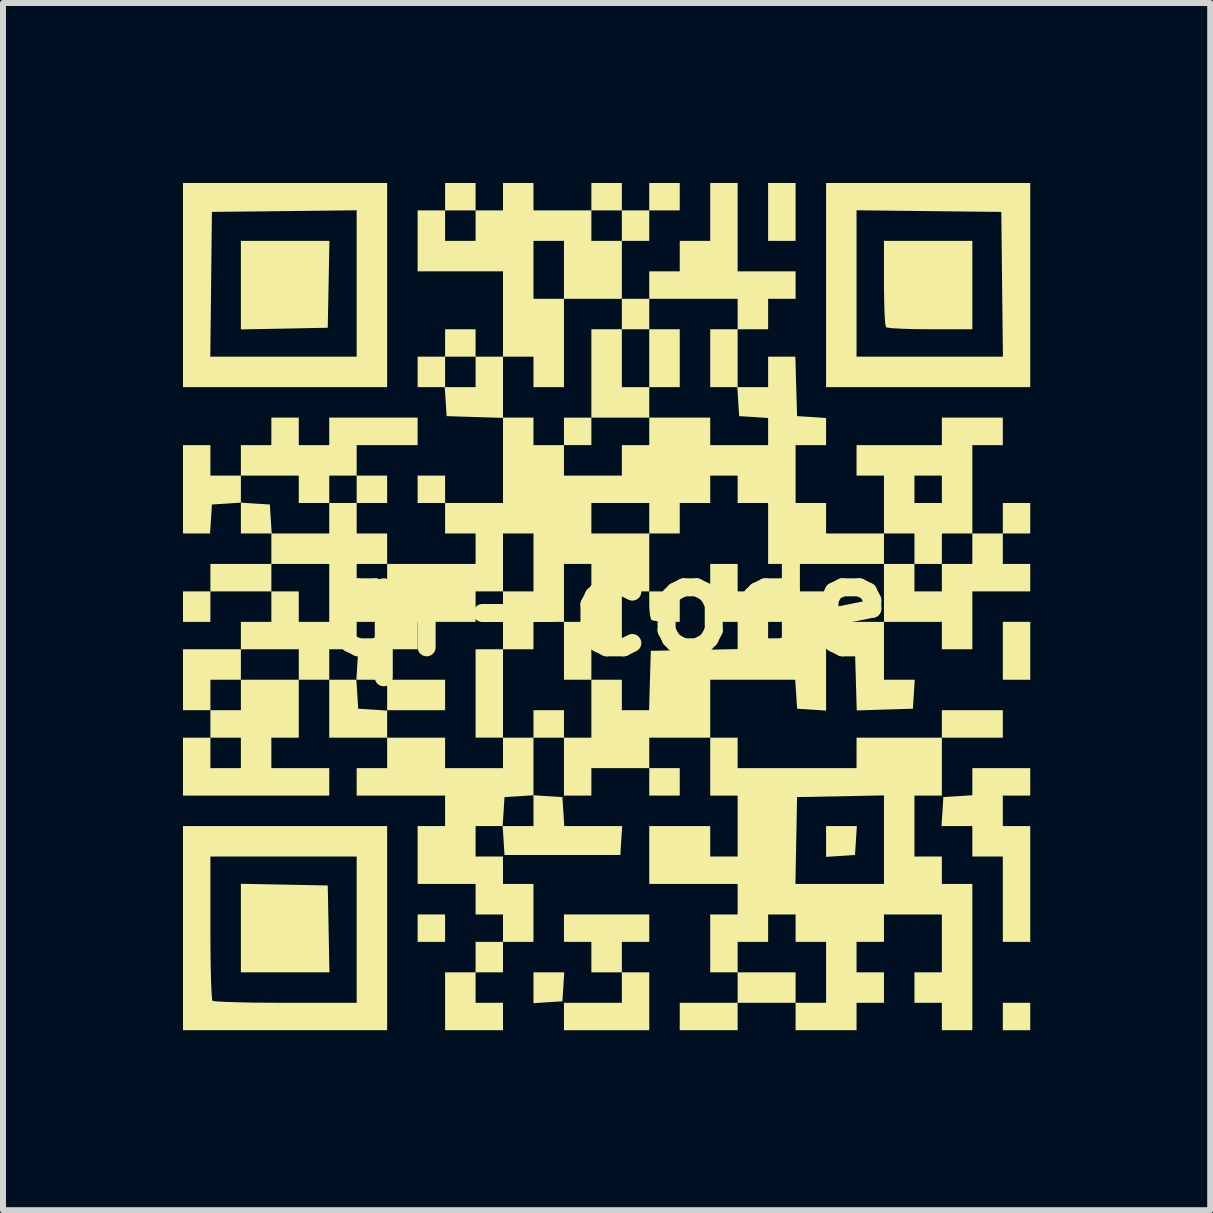
<source format=kicad_pcb>
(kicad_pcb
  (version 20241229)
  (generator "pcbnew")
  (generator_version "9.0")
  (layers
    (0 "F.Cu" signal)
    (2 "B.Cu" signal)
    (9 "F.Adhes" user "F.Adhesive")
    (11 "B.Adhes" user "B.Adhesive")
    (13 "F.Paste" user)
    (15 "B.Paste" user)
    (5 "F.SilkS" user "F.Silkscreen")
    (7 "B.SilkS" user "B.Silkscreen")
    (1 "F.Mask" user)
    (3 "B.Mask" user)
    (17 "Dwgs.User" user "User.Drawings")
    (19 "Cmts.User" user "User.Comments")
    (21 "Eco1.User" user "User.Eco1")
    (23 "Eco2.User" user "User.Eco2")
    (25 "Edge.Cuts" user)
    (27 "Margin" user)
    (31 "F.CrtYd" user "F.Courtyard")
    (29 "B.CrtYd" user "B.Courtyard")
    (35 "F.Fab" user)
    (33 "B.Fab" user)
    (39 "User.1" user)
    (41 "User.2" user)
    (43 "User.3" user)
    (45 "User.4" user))
  (footprint "qr-code"
    (layer "F.Cu")
    (at 7.061 7.061)
    (property "Reference" "qr-code" (at 0 0 0) (layer "F.SilkS") (effects (font (size 1.5 1.5) (thickness 0.3))))
    (attr board_only exclude_from_pos_files exclude_from_bom)
    (fp_poly (pts (xy -5.372 4.634) (xy -4.648 4.648) (xy -4.634 5.372) (xy -4.62 6.096) (xy -5.358 6.096) (xy -6.096 6.096) (xy -6.096 5.358) (xy -6.096 4.62)) (stroke (width 0) (type solid)) (fill yes) (layer "F.SilkS"))
    (fp_poly (pts (xy -4.634 -5.372) (xy -4.648 -4.648) (xy -5.372 -4.634) (xy -6.096 -4.62) (xy -6.096 -5.358) (xy -6.096 -6.096) (xy -5.358 -6.096) (xy -4.62 -6.096)) (stroke (width 0) (type solid)) (fill yes) (layer "F.SilkS"))
    (fp_poly (pts (xy -3.658 0.962) (xy -3.658 1.219) (xy -3.914 1.219) (xy -4.171 1.219) (xy -4.156 0.978) (xy -4.14 0.737) (xy -3.899 0.721) (xy -3.658 0.706)) (stroke (width 0) (type solid)) (fill yes) (layer "F.SilkS"))
    (fp_poly (pts (xy -2.692 1.473) (xy -2.692 1.727) (xy -3.175 1.727) (xy -3.658 1.727) (xy -3.658 1.473) (xy -3.658 1.219) (xy -3.175 1.219) (xy -2.692 1.219)) (stroke (width 0) (type solid)) (fill yes) (layer "F.SilkS"))
    (fp_poly (pts (xy -2.692 5.359) (xy -2.692 5.588) (xy -2.921 5.588) (xy -3.15 5.588) (xy -3.15 5.359) (xy -3.15 5.131) (xy -2.921 5.131) (xy -2.692 5.131)) (stroke (width 0) (type solid)) (fill yes) (layer "F.SilkS"))
    (fp_poly (pts (xy -1.727 1.448) (xy -1.727 2.184) (xy -1.956 2.184) (xy -2.184 2.184) (xy -2.184 1.448) (xy -2.184 0.711) (xy -1.956 0.711) (xy -1.727 0.711)) (stroke (width 0) (type solid)) (fill yes) (layer "F.SilkS"))
    (fp_poly (pts (xy -0.721 6.337) (xy -0.737 6.579) (xy -0.978 6.594) (xy -1.219 6.61) (xy -1.219 6.353) (xy -1.219 6.096) (xy -0.962 6.096) (xy -0.706 6.096)) (stroke (width 0) (type solid)) (fill yes) (layer "F.SilkS"))
    (fp_poly (pts (xy 1.219 2.921) (xy 1.219 3.15) (xy 0.965 3.15) (xy 0.711 3.15) (xy 0.711 2.921) (xy 0.711 2.692) (xy 0.965 2.692) (xy 1.219 2.692)) (stroke (width 0) (type solid)) (fill yes) (layer "F.SilkS"))
    (fp_poly (pts (xy 3.15 -6.579) (xy 3.15 -6.096) (xy 2.921 -6.096) (xy 2.692 -6.096) (xy 2.692 -6.579) (xy 2.692 -7.061) (xy 2.921 -7.061) (xy 3.15 -7.061)) (stroke (width 0) (type solid)) (fill yes) (layer "F.SilkS"))
    (fp_poly (pts (xy 4.156 3.899) (xy 4.14 4.14) (xy 3.899 4.156) (xy 3.658 4.171) (xy 3.658 3.914) (xy 3.658 3.658) (xy 3.914 3.658) (xy 4.171 3.658)) (stroke (width 0) (type solid)) (fill yes) (layer "F.SilkS"))
    (fp_poly (pts (xy 7.061 0.737) (xy 7.061 1.219) (xy 6.833 1.219) (xy 6.604 1.219) (xy 6.604 0.737) (xy 6.604 0.254) (xy 6.833 0.254) (xy 7.061 0.254)) (stroke (width 0) (type solid)) (fill yes) (layer "F.SilkS"))
    (fp_poly (pts (xy 7.061 6.833) (xy 7.061 7.061) (xy 6.833 7.061) (xy 6.604 7.061) (xy 6.604 6.833) (xy 6.604 6.604) (xy 6.833 6.604) (xy 7.061 6.604)) (stroke (width 0) (type solid)) (fill yes) (layer "F.SilkS"))
    (fp_poly (pts (xy -4.156 1.46) (xy -4.14 1.702) (xy -3.899 1.717) (xy -3.658 1.733) (xy -3.658 1.959) (xy -3.658 2.184) (xy -4.14 2.184) (xy -4.623 2.184) (xy -4.623 1.702) (xy -4.623 1.219) (xy -4.397 1.219) (xy -4.171 1.219)) (stroke (width 0) (type solid)) (fill yes) (layer "F.SilkS"))
    (fp_poly (pts (xy 0.711 6.579) (xy 0.711 7.061) (xy 0 7.061) (xy -0.711 7.061) (xy -0.711 6.833) (xy -0.711 6.604) (xy -0.229 6.604) (xy 0.254 6.604) (xy 0.254 6.35) (xy 0.254 6.096) (xy 0.483 6.096) (xy 0.711 6.096)) (stroke (width 0) (type solid)) (fill yes) (layer "F.SilkS"))
    (fp_poly (pts (xy 1.219 0) (xy 1.219 0.254) (xy 0.999 0.254) (xy 0.857 0.247) (xy 0.761 0.229) (xy 0.745 0.22) (xy 0.724 0.152) (xy 0.712 0.023) (xy 0.711 -0.034) (xy 0.711 -0.254) (xy 0.965 -0.254) (xy 1.219 -0.254)) (stroke (width 0) (type solid)) (fill yes) (layer "F.SilkS"))
    (fp_poly (pts (xy 0.711 5.359) (xy 0.711 5.588) (xy 0.483 5.588) (xy 0.254 5.588) (xy 0.254 5.842) (xy 0.254 6.096) (xy 0 6.096) (xy -0.254 6.096) (xy -0.254 5.842) (xy -0.254 5.588) (xy -0.483 5.588) (xy -0.711 5.588) (xy -0.711 5.359) (xy -0.711 5.131) (xy 0 5.131) (xy 0.711 5.131)) (stroke (width 0) (type solid)) (fill yes) (layer "F.SilkS"))
    (fp_poly (pts (xy 6.096 -5.359) (xy 6.096 -4.623) (xy 5.393 -4.623) (xy 5.136 -4.625) (xy 4.915 -4.632) (xy 4.752 -4.641) (xy 4.665 -4.653) (xy 4.657 -4.657) (xy 4.644 -4.717) (xy 4.634 -4.86) (xy 4.627 -5.065) (xy 4.623 -5.314) (xy 4.623 -5.393) (xy 4.623 -6.096) (xy 5.359 -6.096) (xy 6.096 -6.096)) (stroke (width 0) (type solid)) (fill yes) (layer "F.SilkS"))
    (fp_poly (pts (xy -3.658 -5.359) (xy -3.658 -3.658) (xy -5.359 -3.658) (xy -7.061 -3.658) (xy -7.061 -4.166) (xy -6.606 -4.166) (xy -5.386 -4.166) (xy -4.166 -4.166) (xy -4.166 -5.386) (xy -4.166 -6.606) (xy -5.372 -6.592) (xy -6.579 -6.579) (xy -6.592 -5.372) (xy -6.606 -4.166) (xy -7.061 -4.166) (xy -7.061 -5.359) (xy -7.061 -7.061) (xy -5.359 -7.061) (xy -3.658 -7.061)) (stroke (width 0) (type solid)) (fill yes) (layer "F.SilkS"))
    (fp_poly (pts (xy 7.061 -5.359) (xy 7.061 -3.658) (xy 5.359 -3.658) (xy 3.658 -3.658) (xy 3.658 -5.359) (xy 3.658 -5.386) (xy 4.166 -5.386) (xy 4.166 -4.166) (xy 5.386 -4.166) (xy 6.606 -4.166) (xy 6.592 -5.372) (xy 6.579 -6.579) (xy 5.372 -6.592) (xy 4.166 -6.606) (xy 4.166 -5.386) (xy 3.658 -5.386) (xy 3.658 -7.061) (xy 5.359 -7.061) (xy 7.061 -7.061)) (stroke (width 0) (type solid)) (fill yes) (layer "F.SilkS"))
    (fp_poly (pts (xy 0.254 -4.14) (xy 0.254 -3.658) (xy 0.483 -3.658) (xy 0.711 -3.658) (xy 0.711 -4.14) (xy 0.711 -4.623) (xy 0.965 -4.623) (xy 1.219 -4.623) (xy 1.219 -4.14) (xy 1.219 -3.658) (xy 0.965 -3.658) (xy 0.711 -3.658) (xy 0.711 -3.404) (xy 0.711 -3.15) (xy 0.229 -3.15) (xy -0.254 -3.15) (xy -0.254 -2.921) (xy -0.254 -2.692) (xy -0.483 -2.692) (xy -0.711 -2.692) (xy -0.711 -2.921) (xy -0.711 -3.15) (xy -0.483 -3.15) (xy -0.254 -3.15) (xy -0.254 -3.886) (xy -0.254 -4.623) (xy 0 -4.623) (xy 0.254 -4.623)) (stroke (width 0) (type solid)) (fill yes) (layer "F.SilkS"))
    (fp_poly (pts (xy 7.061 2.921) (xy 7.061 3.15) (xy 6.833 3.15) (xy 6.604 3.15) (xy 6.604 3.404) (xy 6.604 3.658) (xy 6.833 3.658) (xy 7.061 3.658) (xy 7.061 4.623) (xy 7.061 5.588) (xy 6.833 5.588) (xy 6.604 5.588) (xy 6.604 4.877) (xy 6.604 4.166) (xy 6.35 4.166) (xy 6.096 4.166) (xy 6.096 3.912) (xy 6.096 3.658) (xy 5.839 3.658) (xy 5.582 3.658) (xy 5.598 3.416) (xy 5.613 3.175) (xy 5.855 3.16) (xy 6.096 3.144) (xy 6.096 2.918) (xy 6.096 2.692) (xy 6.579 2.692) (xy 7.061 2.692)) (stroke (width 0) (type solid)) (fill yes) (layer "F.SilkS"))
    (fp_poly (pts (xy -3.658 5.359) (xy -3.658 7.061) (xy -5.359 7.061) (xy -7.061 7.061) (xy -7.061 5.359) (xy -7.061 5.351) (xy -6.604 5.351) (xy -6.603 5.688) (xy -6.599 5.991) (xy -6.593 6.245) (xy -6.585 6.435) (xy -6.576 6.547) (xy -6.57 6.57) (xy -6.512 6.58) (xy -6.366 6.588) (xy -6.149 6.595) (xy -5.873 6.601) (xy -5.555 6.603) (xy -5.351 6.604) (xy -4.166 6.604) (xy -4.166 5.385) (xy -4.166 4.166) (xy -5.385 4.166) (xy -6.604 4.166) (xy -6.604 5.351) (xy -7.061 5.351) (xy -7.061 3.658) (xy -5.359 3.658) (xy -3.658 3.658)) (stroke (width 0) (type solid)) (fill yes) (layer "F.SilkS"))
    (fp_poly (pts (xy 6.604 1.956) (xy 6.604 2.184) (xy 6.096 2.184) (xy 5.588 2.184) (xy 5.588 2.667) (xy 5.588 3.15) (xy 5.359 3.15) (xy 5.131 3.15) (xy 5.131 3.658) (xy 5.131 4.166) (xy 5.359 4.166) (xy 5.588 4.166) (xy 5.588 4.394) (xy 5.588 4.623) (xy 5.842 4.623) (xy 6.096 4.623) (xy 6.096 5.842) (xy 6.096 7.061) (xy 5.842 7.061) (xy 5.588 7.061) (xy 5.588 6.833) (xy 5.588 6.604) (xy 5.359 6.604) (xy 5.131 6.604) (xy 5.131 6.35) (xy 5.131 6.096) (xy 5.359 6.096) (xy 5.588 6.096) (xy 5.588 5.613) (xy 5.588 5.131) (xy 5.105 5.131) (xy 4.623 5.131) (xy 4.623 5.359) (xy 4.623 5.588) (xy 4.394 5.588) (xy 4.166 5.588) (xy 4.166 5.842) (xy 4.166 6.096) (xy 4.394 6.096) (xy 4.623 6.096) (xy 4.623 6.35) (xy 4.623 6.604) (xy 4.394 6.604) (xy 4.166 6.604) (xy 4.166 6.833) (xy 4.166 7.061) (xy 3.658 7.061) (xy 3.15 7.061) (xy 3.15 6.833) (xy 3.15 6.604) (xy 2.667 6.604) (xy 2.184 6.604) (xy 2.184 6.833) (xy 2.184 7.061) (xy 1.702 7.061) (xy 1.219 7.061) (xy 1.219 6.833) (xy 1.219 6.604) (xy 1.702 6.604) (xy 2.184 6.604) (xy 2.184 6.35) (xy 2.184 6.096) (xy 2.667 6.096) (xy 3.15 6.096) (xy 3.15 6.35) (xy 3.15 6.604) (xy 3.404 6.604) (xy 3.658 6.604) (xy 3.658 6.096) (xy 3.658 5.588) (xy 3.404 5.588) (xy 3.15 5.588) (xy 3.15 5.359) (xy 3.15 5.131) (xy 2.921 5.131) (xy 2.692 5.131) (xy 2.692 5.359) (xy 2.692 5.588) (xy 2.438 5.588) (xy 2.184 5.588) (xy 2.184 5.842) (xy 2.184 6.096) (xy 1.956 6.096) (xy 1.727 6.096) (xy 1.727 5.613) (xy 1.727 5.131) (xy 1.956 5.131) (xy 2.184 5.131) (xy 2.184 4.877) (xy 2.184 4.623) (xy 3.147 4.623) (xy 3.885 4.623) (xy 4.623 4.623) (xy 4.623 3.885) (xy 4.623 3.147) (xy 3.899 3.161) (xy 3.175 3.175) (xy 3.161 3.899) (xy 3.147 4.623) (xy 2.184 4.623) (xy 1.448 4.623) (xy 0.711 4.623) (xy 0.711 4.14) (xy 0.711 3.658) (xy 1.219 3.658) (xy 1.727 3.658) (xy 1.727 3.912) (xy 1.727 4.166) (xy 1.956 4.166) (xy 2.184 4.166) (xy 2.184 3.658) (xy 2.184 3.15) (xy 1.956 3.15) (xy 1.727 3.15) (xy 1.727 2.667) (xy 1.727 2.184) (xy 1.956 2.184) (xy 2.184 2.184) (xy 2.184 2.438) (xy 2.184 2.692) (xy 3.175 2.692) (xy 4.166 2.692) (xy 4.166 2.438) (xy 4.166 2.184) (xy 4.877 2.184) (xy 5.588 2.184) (xy 5.588 1.956) (xy 5.588 1.727) (xy 6.096 1.727) (xy 6.604 1.727)) (stroke (width 0) (type solid)) (fill yes) (layer "F.SilkS"))
    (fp_poly (pts (xy -2.184 -6.833) (xy -2.184 -6.604) (xy -1.956 -6.604) (xy -1.727 -6.604) (xy -1.727 -6.833) (xy -1.727 -7.061) (xy -1.473 -7.061) (xy -1.219 -7.061) (xy -1.219 -6.833) (xy -1.219 -6.604) (xy -0.737 -6.604) (xy -0.254 -6.604) (xy -0.254 -6.833) (xy -0.254 -7.061) (xy 0 -7.061) (xy 0.254 -7.061) (xy 0.254 -6.833) (xy 0.254 -6.604) (xy 0.483 -6.604) (xy 0.711 -6.604) (xy 0.711 -6.833) (xy 0.711 -7.061) (xy 0.965 -7.061) (xy 1.219 -7.061) (xy 1.219 -6.833) (xy 1.219 -6.604) (xy 0.965 -6.604) (xy 0.711 -6.604) (xy 0.711 -6.35) (xy 0.711 -6.096) (xy 0.483 -6.096) (xy 0.254 -6.096) (xy 0.254 -5.613) (xy 0.254 -5.131) (xy 0.483 -5.131) (xy 0.711 -5.131) (xy 0.711 -5.359) (xy 0.711 -5.588) (xy 0.965 -5.588) (xy 1.219 -5.588) (xy 1.219 -5.842) (xy 1.219 -6.096) (xy 1.473 -6.096) (xy 1.727 -6.096) (xy 1.727 -6.579) (xy 1.727 -7.061) (xy 1.956 -7.061) (xy 2.184 -7.061) (xy 2.184 -6.325) (xy 2.184 -5.588) (xy 2.667 -5.588) (xy 3.15 -5.588) (xy 3.15 -5.359) (xy 3.15 -5.131) (xy 2.921 -5.131) (xy 2.692 -5.131) (xy 2.692 -4.877) (xy 2.692 -4.623) (xy 2.438 -4.623) (xy 2.184 -4.623) (xy 2.184 -4.14) (xy 2.184 -3.658) (xy 2.438 -3.658) (xy 2.692 -3.658) (xy 2.692 -3.912) (xy 2.692 -4.166) (xy 2.919 -4.166) (xy 3.146 -4.166) (xy 3.16 -3.67) (xy 3.175 -3.175) (xy 3.416 -3.16) (xy 3.658 -3.144) (xy 3.658 -2.918) (xy 3.658 -2.692) (xy 3.404 -2.692) (xy 3.15 -2.692) (xy 3.15 -2.21) (xy 3.15 -1.727) (xy 3.404 -1.727) (xy 3.658 -1.727) (xy 3.658 -1.473) (xy 3.658 -1.219) (xy 4.14 -1.219) (xy 4.623 -1.219) (xy 4.623 -1.702) (xy 4.623 -1.956) (xy 5.131 -1.956) (xy 5.131 -1.727) (xy 5.359 -1.727) (xy 5.588 -1.727) (xy 5.588 -1.956) (xy 5.588 -2.184) (xy 5.359 -2.184) (xy 5.131 -2.184) (xy 5.131 -1.956) (xy 4.623 -1.956) (xy 4.623 -2.184) (xy 4.394 -2.184) (xy 4.166 -2.184) (xy 4.166 -2.438) (xy 4.166 -2.692) (xy 4.877 -2.692) (xy 5.588 -2.692) (xy 5.588 -2.921) (xy 5.588 -3.15) (xy 6.096 -3.15) (xy 6.604 -3.15) (xy 6.604 -2.921) (xy 6.604 -2.692) (xy 6.35 -2.692) (xy 6.096 -2.692) (xy 6.096 -1.956) (xy 6.096 -1.219) (xy 6.35 -1.219) (xy 6.604 -1.219) (xy 6.604 -1.473) (xy 6.604 -1.727) (xy 6.833 -1.727) (xy 7.061 -1.727) (xy 7.061 -1.473) (xy 7.061 -1.219) (xy 6.833 -1.219) (xy 6.604 -1.219) (xy 6.604 -0.965) (xy 6.604 -0.711) (xy 6.833 -0.711) (xy 7.061 -0.711) (xy 7.061 -0.483) (xy 7.061 -0.254) (xy 6.579 -0.254) (xy 6.096 -0.254) (xy 6.096 0.229) (xy 6.096 0.711) (xy 5.842 0.711) (xy 5.588 0.711) (xy 5.588 0.483) (xy 5.588 0.254) (xy 5.105 0.254) (xy 4.623 0.254) (xy 4.623 0.737) (xy 4.623 1.219) (xy 4.88 1.219) (xy 5.136 1.219) (xy 5.121 1.46) (xy 5.105 1.702) (xy 4.637 1.716) (xy 4.169 1.731) (xy 4.155 1.234) (xy 4.14 0.737) (xy 3.899 0.721) (xy 3.658 0.706) (xy 3.658 1.219) (xy 3.658 1.733) (xy 3.416 1.717) (xy 3.175 1.702) (xy 3.16 1.46) (xy 3.144 1.219) (xy 2.436 1.219) (xy 1.727 1.219) (xy 1.727 1.702) (xy 1.727 2.184) (xy 1.219 2.184) (xy 0.711 2.184) (xy 0.711 2.438) (xy 0.711 2.692) (xy 0.229 2.692) (xy -0.254 2.692) (xy -0.254 2.921) (xy -0.254 3.15) (xy -0.483 3.15) (xy -0.711 3.15) (xy -0.711 2.667) (xy -0.711 2.184) (xy -0.965 2.184) (xy -1.219 2.184) (xy -1.219 2.664) (xy -1.219 3.144) (xy -0.978 3.16) (xy -0.737 3.175) (xy -0.721 3.416) (xy -0.706 3.658) (xy -0.223 3.658) (xy 0.26 3.658) (xy 0.244 3.899) (xy 0.229 4.14) (xy -0.737 4.14) (xy -1.702 4.14) (xy -1.717 3.899) (xy -1.733 3.658) (xy -1.476 3.658) (xy -1.219 3.658) (xy -1.219 3.401) (xy -1.219 3.144) (xy -1.46 3.16) (xy -1.702 3.175) (xy -1.717 3.416) (xy -1.733 3.658) (xy -1.959 3.658) (xy -2.184 3.658) (xy -2.184 3.912) (xy -2.184 4.166) (xy -1.956 4.166) (xy -1.727 4.166) (xy -1.727 4.394) (xy -1.727 4.623) (xy -1.473 4.623) (xy -1.219 4.623) (xy -1.219 5.105) (xy -1.219 5.588) (xy -1.473 5.588) (xy -1.727 5.588) (xy -1.727 5.842) (xy -1.727 6.096) (xy -1.956 6.096) (xy -2.184 6.096) (xy -2.184 6.35) (xy -2.184 6.604) (xy -1.956 6.604) (xy -1.727 6.604) (xy -1.727 6.833) (xy -1.727 7.061) (xy -2.21 7.061) (xy -2.692 7.061) (xy -2.692 6.579) (xy -2.692 6.096) (xy -2.438 6.096) (xy -2.184 6.096) (xy -2.184 5.842) (xy -2.184 5.588) (xy -1.956 5.588) (xy -1.727 5.588) (xy -1.727 5.359) (xy -1.727 5.131) (xy -1.956 5.131) (xy -2.184 5.131) (xy -2.184 4.877) (xy -2.184 4.623) (xy -2.667 4.623) (xy -3.15 4.623) (xy -3.15 4.14) (xy -3.15 3.658) (xy -2.921 3.658) (xy -2.692 3.658) (xy -2.692 3.404) (xy -2.692 3.15) (xy -3.429 3.15) (xy -4.166 3.15) (xy -4.166 2.921) (xy -4.166 2.692) (xy -3.912 2.692) (xy -3.658 2.692) (xy -3.658 2.438) (xy -3.658 2.184) (xy -3.175 2.184) (xy -2.692 2.184) (xy -2.692 2.438) (xy -2.692 2.692) (xy -2.21 2.692) (xy -1.727 2.692) (xy -1.727 2.438) (xy -1.727 2.184) (xy -1.473 2.184) (xy -1.219 2.184) (xy -1.219 1.956) (xy -1.219 1.727) (xy -0.965 1.727) (xy -0.711 1.727) (xy -0.711 1.956) (xy -0.711 2.184) (xy -0.483 2.184) (xy -0.254 2.184) (xy -0.254 1.702) (xy -0.254 1.219) (xy 0 1.219) (xy 0.254 1.219) (xy 0.254 1.473) (xy 0.254 1.727) (xy 0.481 1.727) (xy 0.708 1.727) (xy 0.722 1.232) (xy 0.737 0.737) (xy 1.46 0.723) (xy 2.184 0.708) (xy 2.184 0.483) (xy 2.692 0.483) (xy 2.692 0.711) (xy 2.921 0.711) (xy 3.15 0.711) (xy 3.15 0.483) (xy 3.15 0.254) (xy 2.921 0.254) (xy 2.692 0.254) (xy 2.692 0.483) (xy 2.184 0.483) (xy 2.184 0.481) (xy 2.184 0.254) (xy 1.956 0.254) (xy 1.727 0.254) (xy 1.727 -0.229) (xy 1.727 -0.711) (xy 1.956 -0.711) (xy 2.184 -0.711) (xy 2.184 -0.483) (xy 2.184 -0.254) (xy 2.921 -0.254) (xy 3.658 -0.254) (xy 3.658 0) (xy 3.658 0.254) (xy 4.14 0.254) (xy 4.623 0.254) (xy 4.623 -0.229) (xy 4.623 -0.711) (xy 4.877 -0.711) (xy 5.131 -0.711) (xy 5.131 -0.483) (xy 5.131 -0.254) (xy 5.359 -0.254) (xy 5.588 -0.254) (xy 5.588 -0.483) (xy 5.588 -0.711) (xy 5.842 -0.711) (xy 6.096 -0.711) (xy 6.096 -0.965) (xy 6.096 -1.219) (xy 5.842 -1.219) (xy 5.588 -1.219) (xy 5.588 -0.965) (xy 5.588 -0.711) (xy 5.359 -0.711) (xy 5.131 -0.711) (xy 5.131 -0.965) (xy 5.131 -1.219) (xy 4.877 -1.219) (xy 4.623 -1.219) (xy 4.623 -0.965) (xy 4.623 -0.711) (xy 3.658 -0.711) (xy 2.692 -0.711) (xy 2.692 -1.219) (xy 2.692 -1.727) (xy 2.438 -1.727) (xy 2.184 -1.727) (xy 2.184 -1.956) (xy 2.184 -2.184) (xy 1.956 -2.184) (xy 1.727 -2.184) (xy 1.727 -1.956) (xy 1.727 -1.727) (xy 1.473 -1.727) (xy 1.219 -1.727) (xy 1.219 -1.473) (xy 1.219 -1.219) (xy 0.965 -1.219) (xy 0.711 -1.219) (xy 0.711 -1.473) (xy 0.711 -1.727) (xy 0.229 -1.727) (xy -0.254 -1.727) (xy -0.254 -1.473) (xy -0.254 -1.219) (xy 0.229 -1.219) (xy 0.711 -1.219) (xy 0.711 -0.737) (xy 0.711 -0.254) (xy 0.483 -0.254) (xy 0.254 -0.254) (xy 0.254 0.229) (xy 0.254 0.711) (xy 0 0.711) (xy -0.254 0.711) (xy -0.254 0.965) (xy -0.254 1.219) (xy -0.483 1.219) (xy -0.711 1.219) (xy -0.711 0.737) (xy -0.711 0.254) (xy -0.483 0.254) (xy -0.254 0.254) (xy -0.254 -0.229) (xy -0.254 -0.711) (xy -0.483 -0.711) (xy -0.711 -0.711) (xy -0.711 -0.229) (xy -0.711 0.254) (xy -0.965 0.254) (xy -1.219 0.254) (xy -1.219 0.483) (xy -1.219 0.711) (xy -1.473 0.711) (xy -1.727 0.711) (xy -1.727 0.229) (xy -1.727 -0.254) (xy -1.473 -0.254) (xy -1.219 -0.254) (xy -1.219 -0.737) (xy -1.219 -1.219) (xy -1.473 -1.219) (xy -1.727 -1.219) (xy -1.727 -0.737) (xy -1.727 -0.254) (xy -1.956 -0.254) (xy -2.184 -0.254) (xy -2.184 0) (xy -2.184 0.254) (xy -2.667 0.254) (xy -3.15 0.254) (xy -3.15 0.483) (xy -3.15 0.711) (xy -3.404 0.711) (xy -3.658 0.711) (xy -3.658 0.483) (xy -3.658 0.254) (xy -3.912 0.254) (xy -4.166 0.254) (xy -4.166 0.483) (xy -4.166 0.711) (xy -4.394 0.711) (xy -4.623 0.711) (xy -4.623 0.965) (xy -4.623 1.219) (xy -4.877 1.219) (xy -5.131 1.219) (xy -5.131 1.702) (xy -5.131 2.184) (xy -5.359 2.184) (xy -5.588 2.184) (xy -5.588 2.438) (xy -5.588 2.692) (xy -5.105 2.692) (xy -4.623 2.692) (xy -4.623 2.921) (xy -4.623 3.15) (xy -5.842 3.15) (xy -7.061 3.15) (xy -7.061 2.667) (xy -7.061 2.438) (xy -6.604 2.438) (xy -6.604 2.692) (xy -6.35 2.692) (xy -6.096 2.692) (xy -6.096 2.438) (xy -6.096 2.184) (xy -6.35 2.184) (xy -6.604 2.184) (xy -6.604 2.438) (xy -7.061 2.438) (xy -7.061 2.184) (xy -6.833 2.184) (xy -6.604 2.184) (xy -6.604 1.956) (xy -6.604 1.727) (xy -6.833 1.727) (xy -7.061 1.727) (xy -7.061 1.219) (xy -6.604 1.219) (xy -6.604 1.473) (xy -6.604 1.727) (xy -6.35 1.727) (xy -6.096 1.727) (xy -6.096 1.473) (xy -6.096 1.219) (xy -5.613 1.219) (xy -5.131 1.219) (xy -5.131 0.965) (xy -5.131 0.711) (xy -5.613 0.711) (xy -6.096 0.711) (xy -6.096 0.965) (xy -6.096 1.219) (xy -6.35 1.219) (xy -6.604 1.219) (xy -7.061 1.219) (xy -7.061 0.711) (xy -6.579 0.711) (xy -6.096 0.711) (xy -6.096 0.483) (xy -6.096 0.254) (xy -5.842 0.254) (xy -5.588 0.254) (xy -5.588 0) (xy -5.588 -0.254) (xy -5.359 -0.254) (xy -5.131 -0.254) (xy -5.131 0) (xy -5.131 0.254) (xy -4.877 0.254) (xy -4.623 0.254) (xy -4.623 -0.229) (xy -4.623 -0.483) (xy -4.166 -0.483) (xy -4.166 -0.254) (xy -3.912 -0.254) (xy -3.658 -0.254) (xy -3.658 -0.483) (xy -3.658 -0.711) (xy -3.912 -0.711) (xy -4.166 -0.711) (xy -4.166 -0.483) (xy -4.623 -0.483) (xy -4.623 -0.711) (xy -5.105 -0.711) (xy -5.588 -0.711) (xy -5.588 -0.483) (xy -5.588 -0.254) (xy -6.096 -0.254) (xy -6.604 -0.254) (xy -6.604 0) (xy -6.604 0.254) (xy -6.833 0.254) (xy -7.061 0.254) (xy -7.061 0) (xy -7.061 -0.254) (xy -6.833 -0.254) (xy -6.604 -0.254) (xy -6.604 -0.483) (xy -6.604 -0.711) (xy -6.096 -0.711) (xy -5.588 -0.711) (xy -5.588 -0.965) (xy -5.588 -1.219) (xy -5.842 -1.219) (xy -6.096 -1.219) (xy -6.096 -1.476) (xy -6.096 -1.733) (xy -6.337 -1.717) (xy -6.579 -1.702) (xy -6.594 -1.46) (xy -6.61 -1.219) (xy -6.835 -1.219) (xy -7.061 -1.219) (xy -7.061 -1.956) (xy -7.061 -2.692) (xy -6.833 -2.692) (xy -6.604 -2.692) (xy -6.604 -2.438) (xy -6.604 -2.184) (xy -6.35 -2.184) (xy -6.096 -2.184) (xy -6.096 -2.438) (xy -6.096 -2.692) (xy -5.842 -2.692) (xy -5.588 -2.692) (xy -5.588 -2.921) (xy -5.588 -3.15) (xy -5.359 -3.15) (xy -5.131 -3.15) (xy -5.131 -2.921) (xy -5.131 -2.692) (xy -4.877 -2.692) (xy -4.623 -2.692) (xy -4.623 -2.921) (xy -4.623 -3.15) (xy -3.886 -3.15) (xy -3.15 -3.15) (xy -3.15 -2.921) (xy -3.15 -2.692) (xy -3.658 -2.692) (xy -4.166 -2.692) (xy -4.166 -2.438) (xy -4.166 -2.184) (xy -4.394 -2.184) (xy -4.623 -2.184) (xy -4.623 -1.956) (xy -4.623 -1.727) (xy -4.877 -1.727) (xy -5.131 -1.727) (xy -5.131 -1.956) (xy -5.131 -2.184) (xy -5.613 -2.184) (xy -6.096 -2.184) (xy -6.096 -1.959) (xy -6.096 -1.733) (xy -5.855 -1.717) (xy -5.613 -1.702) (xy -5.598 -1.46) (xy -5.582 -1.219) (xy -5.103 -1.219) (xy -4.623 -1.219) (xy -4.623 -1.473) (xy -4.623 -1.727) (xy -4.394 -1.727) (xy -4.166 -1.727) (xy -4.166 -1.956) (xy -4.166 -2.184) (xy -3.912 -2.184) (xy -3.658 -2.184) (xy -3.658 -1.956) (xy -3.658 -1.727) (xy -3.912 -1.727) (xy -4.166 -1.727) (xy -4.166 -1.473) (xy -4.166 -1.219) (xy -3.912 -1.219) (xy -3.658 -1.219) (xy -3.658 -0.965) (xy -3.658 -0.711) (xy -2.921 -0.711) (xy -2.184 -0.711) (xy -2.184 -0.965) (xy -2.184 -1.219) (xy -2.438 -1.219) (xy -2.692 -1.219) (xy -2.692 -1.473) (xy -2.692 -1.727) (xy -2.921 -1.727) (xy -3.15 -1.727) (xy -3.15 -1.956) (xy -3.15 -2.184) (xy -2.921 -2.184) (xy -2.692 -2.184) (xy -2.692 -1.956) (xy -2.692 -1.727) (xy -2.21 -1.727) (xy -1.727 -1.727) (xy -1.727 -2.436) (xy -1.727 -3.146) (xy -2.197 -3.16) (xy -2.667 -3.175) (xy -2.682 -3.416) (xy -2.698 -3.658) (xy -2.924 -3.658) (xy -3.15 -3.658) (xy -3.15 -3.912) (xy -2.692 -3.912) (xy -2.692 -3.658) (xy -2.438 -3.658) (xy -2.184 -3.658) (xy -2.184 -3.912) (xy -2.184 -4.166) (xy -2.438 -4.166) (xy -2.692 -4.166) (xy -2.692 -3.912) (xy -3.15 -3.912) (xy -3.15 -4.166) (xy -2.921 -4.166) (xy -2.692 -4.166) (xy -2.692 -4.394) (xy -2.692 -4.623) (xy -2.438 -4.623) (xy -2.184 -4.623) (xy -2.184 -4.394) (xy -2.184 -4.166) (xy -1.956 -4.166) (xy -1.727 -4.166) (xy -1.727 -3.658) (xy -1.727 -3.15) (xy -1.473 -3.15) (xy -1.219 -3.15) (xy -1.219 -2.921) (xy -1.219 -2.692) (xy -0.965 -2.692) (xy -0.711 -2.692) (xy -0.711 -2.438) (xy -0.711 -2.184) (xy -0.229 -2.184) (xy 0.254 -2.184) (xy 0.254 -2.438) (xy 0.254 -2.692) (xy 0.483 -2.692) (xy 0.711 -2.692) (xy 0.711 -2.921) (xy 0.711 -3.15) (xy 1.219 -3.15) (xy 1.727 -3.15) (xy 1.727 -2.921) (xy 1.727 -2.692) (xy 2.21 -2.692) (xy 2.692 -2.692) (xy 2.692 -2.918) (xy 2.692 -3.144) (xy 2.451 -3.16) (xy 2.21 -3.175) (xy 2.194 -3.416) (xy 2.179 -3.658) (xy 1.953 -3.658) (xy 1.727 -3.658) (xy 1.727 -4.14) (xy 1.727 -4.623) (xy 1.956 -4.623) (xy 2.184 -4.623) (xy 2.184 -4.877) (xy 2.184 -5.131) (xy 1.448 -5.131) (xy 0.711 -5.131) (xy 0.711 -4.877) (xy 0.711 -4.623) (xy 0.483 -4.623) (xy 0.254 -4.623) (xy 0.254 -4.877) (xy 0.254 -5.131) (xy -0.229 -5.131) (xy -0.711 -5.131) (xy -0.711 -4.394) (xy -0.711 -3.658) (xy -0.965 -3.658) (xy -1.219 -3.658) (xy -1.219 -3.912) (xy -1.219 -4.166) (xy -1.473 -4.166) (xy -1.727 -4.166) (xy -1.727 -4.877) (xy -1.727 -5.588) (xy -2.438 -5.588) (xy -3.15 -5.588) (xy -3.15 -5.613) (xy -1.219 -5.613) (xy -1.219 -5.131) (xy -0.965 -5.131) (xy -0.711 -5.131) (xy -0.711 -5.613) (xy -0.711 -6.096) (xy -0.965 -6.096) (xy -1.219 -6.096) (xy -1.219 -5.613) (xy -3.15 -5.613) (xy -3.15 -6.096) (xy -3.15 -6.35) (xy -2.692 -6.35) (xy -2.692 -6.096) (xy -2.438 -6.096) (xy -2.184 -6.096) (xy -2.184 -6.35) (xy -0.254 -6.35) (xy -0.254 -6.096) (xy 0 -6.096) (xy 0.254 -6.096) (xy 0.254 -6.35) (xy 0.254 -6.604) (xy 0 -6.604) (xy -0.254 -6.604) (xy -0.254 -6.35) (xy -2.184 -6.35) (xy -2.184 -6.604) (xy -2.438 -6.604) (xy -2.692 -6.604) (xy -2.692 -6.35) (xy -3.15 -6.35) (xy -3.15 -6.604) (xy -2.921 -6.604) (xy -2.692 -6.604) (xy -2.692 -6.833) (xy -2.692 -7.061) (xy -2.438 -7.061) (xy -2.184 -7.061)) (stroke (width 0) (type solid)) (fill yes) (layer "F.SilkS")))
  (gr_rect
    (start -3 -3)
    (end 17.122 17.122)
    (stroke (width 0.1) (type default))
    (fill no)
    (layer "Edge.Cuts")))
</source>
